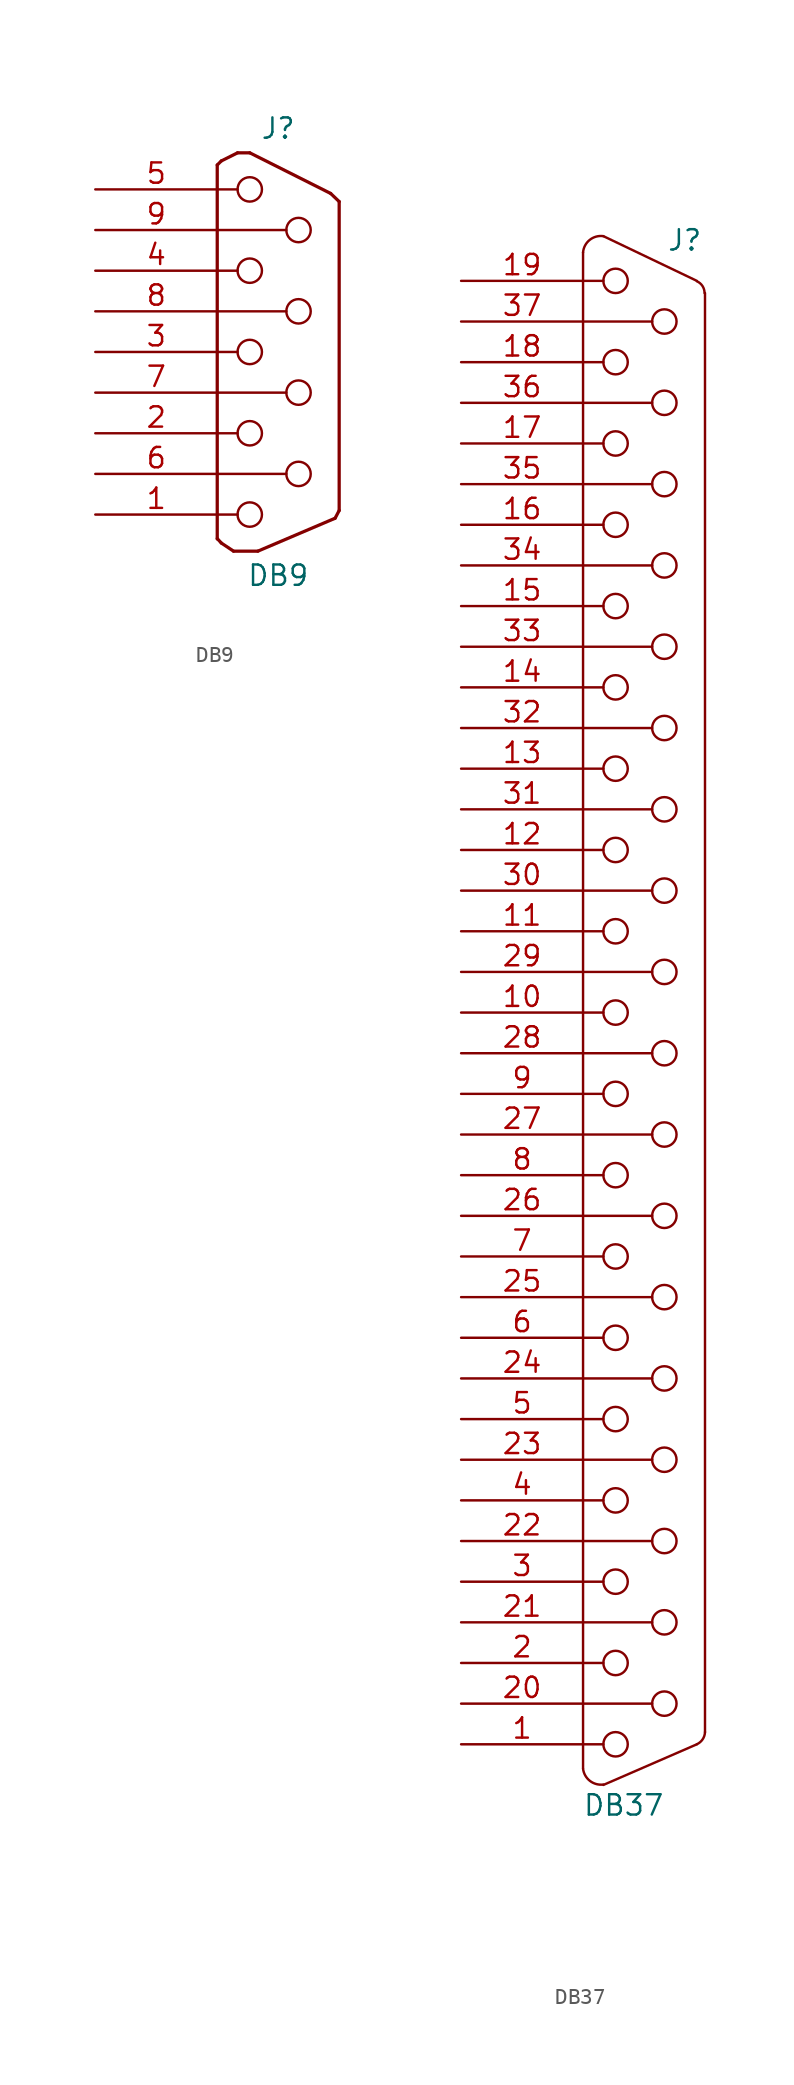
<source format=kicad_sym>
(kicad_symbol_lib
  (version 20231120)
  (generator "kicad_symbol_editor")
  (generator_version "8.0")
  (symbol "DB9"
    (pin_names
      (offset 1.016) hide)
    (property "Reference" "J"
      (at 0 13.97 0)
      (effects (font (size 1.27 1.27))))
    (property "Value" "DB9"
      (at 0 -13.97 0)
      (effects (font (size 1.27 1.27))))
    (property "Footprint" ""
      (at 0 0 0)
      (effects (font (size 1.27 1.27))))
    (property "Datasheet" ""
      (at 0 0 0)
      (effects (font (size 1.27 1.27))))
    (symbol "DB9_0_1"
      (circle (center -1.778 -10.16) (radius 0.762) (stroke (width 0) (type solid)) (fill (type none)))
      (circle (center -1.778 -5.08) (radius 0.762) (stroke (width 0) (type solid)) (fill (type none)))
      (circle (center -1.778 0) (radius 0.762) (stroke (width 0) (type solid)) (fill (type none)))
      (circle (center -1.778 5.08) (radius 0.762) (stroke (width 0) (type solid)) (fill (type none)))
      (circle (center -1.778 10.16) (radius 0.762) (stroke (width 0) (type solid)) (fill (type none)))
      (polyline (pts (xy -3.81 -11.684) (xy -3.81 11.684)) (stroke (width 0.203) (type solid)) (fill (type none)))
      (polyline (pts (xy -3.81 -11.659) (xy -3.556 -11.938)) (stroke (width 0.203) (type solid)) (fill (type none)))
      (polyline (pts (xy -3.81 -10.16) (xy -2.54 -10.16)) (stroke (width 0) (type solid)) (fill (type none)))
      (polyline (pts (xy -3.81 -7.62) (xy 0.508 -7.62)) (stroke (width 0) (type solid)) (fill (type none)))
      (polyline (pts (xy -3.81 -5.08) (xy -2.54 -5.08)) (stroke (width 0) (type solid)) (fill (type none)))
      (polyline (pts (xy -3.81 -2.54) (xy 0.508 -2.54)) (stroke (width 0) (type solid)) (fill (type none)))
      (polyline (pts (xy -3.81 0) (xy -2.54 0)) (stroke (width 0) (type solid)) (fill (type none)))
      (polyline (pts (xy -3.81 2.54) (xy 0.508 2.54)) (stroke (width 0) (type solid)) (fill (type none)))
      (polyline (pts (xy -3.81 5.08) (xy -2.54 5.08)) (stroke (width 0) (type solid)) (fill (type none)))
      (polyline (pts (xy -3.81 7.62) (xy 0.508 7.62)) (stroke (width 0) (type solid)) (fill (type none)))
      (polyline (pts (xy -3.81 10.16) (xy -2.54 10.16)) (stroke (width 0) (type solid)) (fill (type none)))
      (polyline (pts (xy -3.556 -11.938) (xy -2.794 -12.446)) (stroke (width 0.203) (type solid)) (fill (type none)))
      (polyline (pts (xy -3.556 11.938) (xy -3.81 11.684)) (stroke (width 0.203) (type solid)) (fill (type none)))
      (polyline (pts (xy -3.556 11.938) (xy -2.54 12.446)) (stroke (width 0.203) (type solid)) (fill (type none)))
      (polyline (pts (xy -2.794 -12.446) (xy -1.27 -12.446)) (stroke (width 0.203) (type solid)) (fill (type none)))
      (polyline (pts (xy -2.54 12.446) (xy -1.778 12.446)) (stroke (width 0.203) (type solid)) (fill (type none)))
      (polyline (pts (xy 3.277 9.906) (xy -1.778 12.446)) (stroke (width 0.203) (type solid)) (fill (type none)))
      (polyline (pts (xy 3.277 9.906) (xy 3.81 9.398)) (stroke (width 0.203) (type solid)) (fill (type none)))
      (polyline (pts (xy 3.556 -10.389) (xy -1.27 -12.446)) (stroke (width 0.203) (type solid)) (fill (type none)))
      (polyline (pts (xy 3.81 -9.906) (xy 3.556 -10.389)) (stroke (width 0.203) (type solid)) (fill (type none)))
      (polyline (pts (xy 3.81 9.398) (xy 3.81 -9.906)) (stroke (width 0.203) (type solid)) (fill (type none)))
      (circle (center 1.27 -7.62) (radius 0.762) (stroke (width 0) (type solid)) (fill (type none)))
      (circle (center 1.27 -2.54) (radius 0.762) (stroke (width 0) (type solid)) (fill (type none)))
      (circle (center 1.27 2.54) (radius 0.762) (stroke (width 0) (type solid)) (fill (type none)))
      (circle (center 1.27 7.62) (radius 0.762) (stroke (width 0) (type solid)) (fill (type none))))
    (symbol "DB9_1_1"
      (pin passive line (at -11.43 -10.16 0) (length 7.62) (name "1" (effects (font (size 1.27 1.27)))) (number "1" (effects (font (size 1.27 1.27)))))
      (pin passive line (at -11.43 -5.08 0) (length 7.62) (name "2" (effects (font (size 1.27 1.27)))) (number "2" (effects (font (size 1.27 1.27)))))
      (pin passive line (at -11.43 0 0) (length 7.62) (name "3" (effects (font (size 1.27 1.27)))) (number "3" (effects (font (size 1.27 1.27)))))
      (pin passive line (at -11.43 5.08 0) (length 7.62) (name "4" (effects (font (size 1.27 1.27)))) (number "4" (effects (font (size 1.27 1.27)))))
      (pin passive line (at -11.43 10.16 0) (length 7.62) (name "5" (effects (font (size 1.27 1.27)))) (number "5" (effects (font (size 1.27 1.27)))))
      (pin passive line (at -11.43 -7.62 0) (length 7.62) (name "P6" (effects (font (size 1.27 1.27)))) (number "6" (effects (font (size 1.27 1.27)))))
      (pin passive line (at -11.43 -2.54 0) (length 7.62) (name "P7" (effects (font (size 1.27 1.27)))) (number "7" (effects (font (size 1.27 1.27)))))
      (pin passive line (at -11.43 2.54 0) (length 7.62) (name "P8" (effects (font (size 1.27 1.27)))) (number "8" (effects (font (size 1.27 1.27)))))
      (pin passive line (at -11.43 7.62 0) (length 7.62) (name "P9" (effects (font (size 1.27 1.27)))) (number "9" (effects (font (size 1.27 1.27)))))))
  (symbol "DB37"
    (pin_names
      (offset 1.016) hide)
    (property "Reference" "J"
      (at 2.54 48.26 0)
      (effects (font (size 1.27 1.27))))
    (property "Value" "DB37"
      (at -1.27 -49.53 0)
      (effects (font (size 1.27 1.27))))
    (property "Footprint" ""
      (at 0 0 0)
      (effects (font (size 1.27 1.27))))
    (property "Datasheet" ""
      (at 0 0 0)
      (effects (font (size 1.27 1.27))))
    (symbol "DB37_0_1"
      (arc (start -3.81 -47.244) (mid -3.383 -48.0048) (end -2.54 -48.2346) (stroke (width 0) (type solid)) (fill (type none)))
      (arc (start -2.54 48.514) (mid -3.3949 48.2789) (end -3.81 47.498) (stroke (width 0) (type solid)) (fill (type none)))
      (circle (center -1.778 -45.72) (radius 0.762) (stroke (width 0) (type solid)) (fill (type none)))
      (circle (center -1.778 -40.64) (radius 0.762) (stroke (width 0) (type solid)) (fill (type none)))
      (circle (center -1.778 -35.56) (radius 0.762) (stroke (width 0) (type solid)) (fill (type none)))
      (circle (center -1.778 -30.48) (radius 0.762) (stroke (width 0) (type solid)) (fill (type none)))
      (circle (center -1.778 -25.4) (radius 0.762) (stroke (width 0) (type solid)) (fill (type none)))
      (circle (center -1.778 -20.32) (radius 0.762) (stroke (width 0) (type solid)) (fill (type none)))
      (circle (center -1.778 -15.24) (radius 0.762) (stroke (width 0) (type solid)) (fill (type none)))
      (circle (center -1.778 -10.16) (radius 0.762) (stroke (width 0) (type solid)) (fill (type none)))
      (circle (center -1.778 -5.08) (radius 0.762) (stroke (width 0) (type solid)) (fill (type none)))
      (circle (center -1.778 0) (radius 0.762) (stroke (width 0) (type solid)) (fill (type none)))
      (circle (center -1.778 5.08) (radius 0.762) (stroke (width 0) (type solid)) (fill (type none)))
      (circle (center -1.778 10.16) (radius 0.762) (stroke (width 0) (type solid)) (fill (type none)))
      (circle (center -1.778 15.24) (radius 0.762) (stroke (width 0) (type solid)) (fill (type none)))
      (circle (center -1.778 20.32) (radius 0.762) (stroke (width 0) (type solid)) (fill (type none)))
      (circle (center -1.778 25.4) (radius 0.762) (stroke (width 0) (type solid)) (fill (type none)))
      (circle (center -1.778 30.48) (radius 0.762) (stroke (width 0) (type solid)) (fill (type none)))
      (circle (center -1.778 35.56) (radius 0.762) (stroke (width 0) (type solid)) (fill (type none)))
      (circle (center -1.778 40.64) (radius 0.762) (stroke (width 0) (type solid)) (fill (type none)))
      (circle (center -1.778 45.72) (radius 0.762) (stroke (width 0) (type solid)) (fill (type none)))
      (polyline (pts (xy -3.81 -45.72) (xy -2.54 -45.72)) (stroke (width 0) (type solid)) (fill (type none)))
      (polyline (pts (xy -3.81 -43.18) (xy 0.508 -43.18)) (stroke (width 0) (type solid)) (fill (type none)))
      (polyline (pts (xy -3.81 -40.64) (xy -2.54 -40.64)) (stroke (width 0) (type solid)) (fill (type none)))
      (polyline (pts (xy -3.81 -38.1) (xy 0.508 -38.1)) (stroke (width 0) (type solid)) (fill (type none)))
      (polyline (pts (xy -3.81 -35.56) (xy -2.54 -35.56)) (stroke (width 0) (type solid)) (fill (type none)))
      (polyline (pts (xy -3.81 -33.02) (xy 0.508 -33.02)) (stroke (width 0) (type solid)) (fill (type none)))
      (polyline (pts (xy -3.81 -30.48) (xy -2.54 -30.48)) (stroke (width 0) (type solid)) (fill (type none)))
      (polyline (pts (xy -3.81 -27.94) (xy 0.508 -27.94)) (stroke (width 0) (type solid)) (fill (type none)))
      (polyline (pts (xy -3.81 -25.4) (xy -2.54 -25.4)) (stroke (width 0) (type solid)) (fill (type none)))
      (polyline (pts (xy -3.81 -22.86) (xy 0.508 -22.86)) (stroke (width 0) (type solid)) (fill (type none)))
      (polyline (pts (xy -3.81 -20.32) (xy -2.54 -20.32)) (stroke (width 0) (type solid)) (fill (type none)))
      (polyline (pts (xy -3.81 -17.78) (xy 0.508 -17.78)) (stroke (width 0) (type solid)) (fill (type none)))
      (polyline (pts (xy -3.81 -15.24) (xy -2.54 -15.24)) (stroke (width 0) (type solid)) (fill (type none)))
      (polyline (pts (xy -3.81 -12.7) (xy 0.508 -12.7)) (stroke (width 0) (type solid)) (fill (type none)))
      (polyline (pts (xy -3.81 -10.16) (xy -2.54 -10.16)) (stroke (width 0) (type solid)) (fill (type none)))
      (polyline (pts (xy -3.81 -7.62) (xy 0.508 -7.62)) (stroke (width 0) (type solid)) (fill (type none)))
      (polyline (pts (xy -3.81 -5.08) (xy -2.54 -5.08)) (stroke (width 0) (type solid)) (fill (type none)))
      (polyline (pts (xy -3.81 -2.54) (xy 0.508 -2.54)) (stroke (width 0) (type solid)) (fill (type none)))
      (polyline (pts (xy -3.81 0) (xy -2.54 0)) (stroke (width 0) (type solid)) (fill (type none)))
      (polyline (pts (xy -3.81 2.54) (xy 0.508 2.54)) (stroke (width 0) (type solid)) (fill (type none)))
      (polyline (pts (xy -3.81 5.08) (xy -2.54 5.08)) (stroke (width 0) (type solid)) (fill (type none)))
      (polyline (pts (xy -3.81 7.62) (xy 0.508 7.62)) (stroke (width 0) (type solid)) (fill (type none)))
      (polyline (pts (xy -3.81 10.16) (xy -2.54 10.16)) (stroke (width 0) (type solid)) (fill (type none)))
      (polyline (pts (xy -3.81 12.7) (xy 0.508 12.7)) (stroke (width 0) (type solid)) (fill (type none)))
      (polyline (pts (xy -3.81 15.24) (xy -2.54 15.24)) (stroke (width 0) (type solid)) (fill (type none)))
      (polyline (pts (xy -3.81 17.78) (xy 0.508 17.78)) (stroke (width 0) (type solid)) (fill (type none)))
      (polyline (pts (xy -3.81 20.32) (xy -2.54 20.32)) (stroke (width 0) (type solid)) (fill (type none)))
      (polyline (pts (xy -3.81 22.86) (xy 0.508 22.86)) (stroke (width 0) (type solid)) (fill (type none)))
      (polyline (pts (xy -3.81 25.4) (xy -2.54 25.4)) (stroke (width 0) (type solid)) (fill (type none)))
      (polyline (pts (xy -3.81 27.94) (xy 0.508 27.94)) (stroke (width 0) (type solid)) (fill (type none)))
      (polyline (pts (xy -3.81 30.48) (xy -2.54 30.48)) (stroke (width 0) (type solid)) (fill (type none)))
      (polyline (pts (xy -3.81 33.02) (xy 0.508 33.02)) (stroke (width 0) (type solid)) (fill (type none)))
      (polyline (pts (xy -3.81 35.56) (xy -2.54 35.56)) (stroke (width 0) (type solid)) (fill (type none)))
      (polyline (pts (xy -3.81 38.1) (xy 0.508 38.1)) (stroke (width 0) (type solid)) (fill (type none)))
      (polyline (pts (xy -3.81 40.64) (xy -2.54 40.64)) (stroke (width 0) (type solid)) (fill (type none)))
      (polyline (pts (xy -3.81 43.18) (xy 0.508 43.18)) (stroke (width 0) (type solid)) (fill (type none)))
      (polyline (pts (xy -3.81 45.72) (xy -2.54 45.72)) (stroke (width 0) (type solid)) (fill (type none)))
      (polyline (pts (xy -3.81 47.498) (xy -3.81 -47.219)) (stroke (width 0) (type solid)) (fill (type none)))
      (polyline (pts (xy -2.54 -48.26) (xy 3.302 -45.72)) (stroke (width 0) (type solid)) (fill (type none)))
      (polyline (pts (xy -2.54 48.514) (xy 3.302 45.72)) (stroke (width 0) (type solid)) (fill (type none)))
      (polyline (pts (xy 3.81 -44.958) (xy 3.81 44.958)) (stroke (width 0) (type solid)) (fill (type none)))
      (circle (center 1.27 -43.18) (radius 0.762) (stroke (width 0) (type solid)) (fill (type none)))
      (circle (center 1.27 -38.1) (radius 0.762) (stroke (width 0) (type solid)) (fill (type none)))
      (circle (center 1.27 -33.02) (radius 0.762) (stroke (width 0) (type solid)) (fill (type none)))
      (circle (center 1.27 -27.94) (radius 0.762) (stroke (width 0) (type solid)) (fill (type none)))
      (circle (center 1.27 -22.86) (radius 0.762) (stroke (width 0) (type solid)) (fill (type none)))
      (circle (center 1.27 -17.78) (radius 0.762) (stroke (width 0) (type solid)) (fill (type none)))
      (circle (center 1.27 -12.7) (radius 0.762) (stroke (width 0) (type solid)) (fill (type none)))
      (circle (center 1.27 -7.62) (radius 0.762) (stroke (width 0) (type solid)) (fill (type none)))
      (circle (center 1.27 -2.54) (radius 0.762) (stroke (width 0) (type solid)) (fill (type none)))
      (circle (center 1.27 2.54) (radius 0.762) (stroke (width 0) (type solid)) (fill (type none)))
      (circle (center 1.27 7.62) (radius 0.762) (stroke (width 0) (type solid)) (fill (type none)))
      (circle (center 1.27 12.7) (radius 0.762) (stroke (width 0) (type solid)) (fill (type none)))
      (circle (center 1.27 17.78) (radius 0.762) (stroke (width 0) (type solid)) (fill (type none)))
      (circle (center 1.27 22.86) (radius 0.762) (stroke (width 0) (type solid)) (fill (type none)))
      (circle (center 1.27 27.94) (radius 0.762) (stroke (width 0) (type solid)) (fill (type none)))
      (circle (center 1.27 33.02) (radius 0.762) (stroke (width 0) (type solid)) (fill (type none)))
      (circle (center 1.27 38.1) (radius 0.762) (stroke (width 0) (type solid)) (fill (type none)))
      (circle (center 1.27 43.18) (radius 0.762) (stroke (width 0) (type solid)) (fill (type none)))
      (arc (start 3.302 -45.72) (mid 3.6645 -45.4102) (end 3.81 -44.958) (stroke (width 0) (type solid)) (fill (type none)))
      (arc (start 3.7846 44.958) (mid 3.654 45.3998) (end 3.302 45.6946) (stroke (width 0) (type solid)) (fill (type none))))
    (symbol "DB37_1_1"
      (pin passive line (at -11.43 -45.72 0) (length 7.62) (name "1" (effects (font (size 1.27 1.27)))) (number "1" (effects (font (size 1.27 1.27)))))
      (pin passive line (at -11.43 0 0) (length 7.62) (name "10" (effects (font (size 1.27 1.27)))) (number "10" (effects (font (size 1.27 1.27)))))
      (pin passive line (at -11.43 5.08 0) (length 7.62) (name "11" (effects (font (size 1.27 1.27)))) (number "11" (effects (font (size 1.27 1.27)))))
      (pin passive line (at -11.43 10.16 0) (length 7.62) (name "12" (effects (font (size 1.27 1.27)))) (number "12" (effects (font (size 1.27 1.27)))))
      (pin passive line (at -11.43 15.24 0) (length 7.62) (name "13" (effects (font (size 1.27 1.27)))) (number "13" (effects (font (size 1.27 1.27)))))
      (pin passive line (at -11.43 20.32 0) (length 7.62) (name "14" (effects (font (size 1.27 1.27)))) (number "14" (effects (font (size 1.27 1.27)))))
      (pin passive line (at -11.43 25.4 0) (length 7.62) (name "15" (effects (font (size 1.27 1.27)))) (number "15" (effects (font (size 1.27 1.27)))))
      (pin passive line (at -11.43 30.48 0) (length 7.62) (name "16" (effects (font (size 1.27 1.27)))) (number "16" (effects (font (size 1.27 1.27)))))
      (pin passive line (at -11.43 35.56 0) (length 7.62) (name "17" (effects (font (size 1.27 1.27)))) (number "17" (effects (font (size 1.27 1.27)))))
      (pin passive line (at -11.43 40.64 0) (length 7.62) (name "18" (effects (font (size 1.27 1.27)))) (number "18" (effects (font (size 1.27 1.27)))))
      (pin passive line (at -11.43 45.72 0) (length 7.62) (name "19" (effects (font (size 1.27 1.27)))) (number "19" (effects (font (size 1.27 1.27)))))
      (pin passive line (at -11.43 -40.64 0) (length 7.62) (name "2" (effects (font (size 1.27 1.27)))) (number "2" (effects (font (size 1.27 1.27)))))
      (pin passive line (at -11.43 -43.18 0) (length 7.62) (name "20" (effects (font (size 1.27 1.27)))) (number "20" (effects (font (size 1.27 1.27)))))
      (pin passive line (at -11.43 -38.1 0) (length 7.62) (name "21" (effects (font (size 1.27 1.27)))) (number "21" (effects (font (size 1.27 1.27)))))
      (pin passive line (at -11.43 -33.02 0) (length 7.62) (name "22" (effects (font (size 1.27 1.27)))) (number "22" (effects (font (size 1.27 1.27)))))
      (pin passive line (at -11.43 -27.94 0) (length 7.62) (name "23" (effects (font (size 1.27 1.27)))) (number "23" (effects (font (size 1.27 1.27)))))
      (pin passive line (at -11.43 -22.86 0) (length 7.62) (name "24" (effects (font (size 1.27 1.27)))) (number "24" (effects (font (size 1.27 1.27)))))
      (pin passive line (at -11.43 -17.78 0) (length 7.62) (name "25" (effects (font (size 1.27 1.27)))) (number "25" (effects (font (size 1.27 1.27)))))
      (pin passive line (at -11.43 -12.7 0) (length 7.62) (name "26" (effects (font (size 1.27 1.27)))) (number "26" (effects (font (size 1.27 1.27)))))
      (pin passive line (at -11.43 -7.62 0) (length 7.62) (name "27" (effects (font (size 1.27 1.27)))) (number "27" (effects (font (size 1.27 1.27)))))
      (pin passive line (at -11.43 -2.54 0) (length 7.62) (name "28" (effects (font (size 1.27 1.27)))) (number "28" (effects (font (size 1.27 1.27)))))
      (pin passive line (at -11.43 2.54 0) (length 7.62) (name "29" (effects (font (size 1.27 1.27)))) (number "29" (effects (font (size 1.27 1.27)))))
      (pin passive line (at -11.43 -35.56 0) (length 7.62) (name "3" (effects (font (size 1.27 1.27)))) (number "3" (effects (font (size 1.27 1.27)))))
      (pin passive line (at -11.43 7.62 0) (length 7.62) (name "30" (effects (font (size 1.27 1.27)))) (number "30" (effects (font (size 1.27 1.27)))))
      (pin passive line (at -11.43 12.7 0) (length 7.62) (name "31" (effects (font (size 1.27 1.27)))) (number "31" (effects (font (size 1.27 1.27)))))
      (pin passive line (at -11.43 17.78 0) (length 7.62) (name "32" (effects (font (size 1.27 1.27)))) (number "32" (effects (font (size 1.27 1.27)))))
      (pin passive line (at -11.43 22.86 0) (length 7.62) (name "33" (effects (font (size 1.27 1.27)))) (number "33" (effects (font (size 1.27 1.27)))))
      (pin passive line (at -11.43 27.94 0) (length 7.62) (name "34" (effects (font (size 1.27 1.27)))) (number "34" (effects (font (size 1.27 1.27)))))
      (pin passive line (at -11.43 33.02 0) (length 7.62) (name "35" (effects (font (size 1.27 1.27)))) (number "35" (effects (font (size 1.27 1.27)))))
      (pin passive line (at -11.43 38.1 0) (length 7.62) (name "36" (effects (font (size 1.27 1.27)))) (number "36" (effects (font (size 1.27 1.27)))))
      (pin passive line (at -11.43 43.18 0) (length 7.62) (name "37" (effects (font (size 1.27 1.27)))) (number "37" (effects (font (size 1.27 1.27)))))
      (pin passive line (at -11.43 -30.48 0) (length 7.62) (name "4" (effects (font (size 1.27 1.27)))) (number "4" (effects (font (size 1.27 1.27)))))
      (pin passive line (at -11.43 -25.4 0) (length 7.62) (name "5" (effects (font (size 1.27 1.27)))) (number "5" (effects (font (size 1.27 1.27)))))
      (pin passive line (at -11.43 -20.32 0) (length 7.62) (name "6" (effects (font (size 1.27 1.27)))) (number "6" (effects (font (size 1.27 1.27)))))
      (pin passive line (at -11.43 -15.24 0) (length 7.62) (name "7" (effects (font (size 1.27 1.27)))) (number "7" (effects (font (size 1.27 1.27)))))
      (pin passive line (at -11.43 -10.16 0) (length 7.62) (name "8" (effects (font (size 1.27 1.27)))) (number "8" (effects (font (size 1.27 1.27)))))
      (pin passive line (at -11.43 -5.08 0) (length 7.62) (name "9" (effects (font (size 1.27 1.27)))) (number "9" (effects (font (size 1.27 1.27))))))))
</source>
